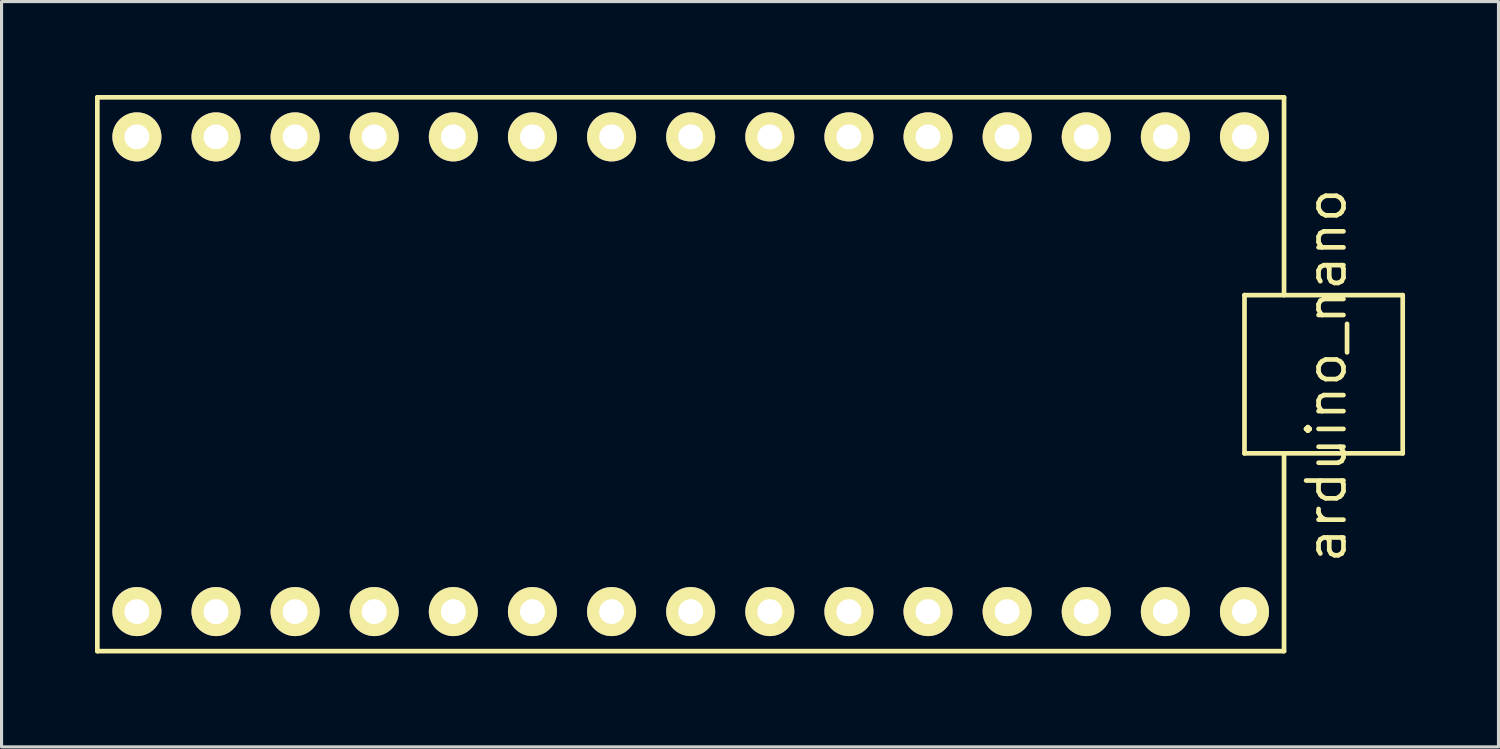
<source format=kicad_pcb>
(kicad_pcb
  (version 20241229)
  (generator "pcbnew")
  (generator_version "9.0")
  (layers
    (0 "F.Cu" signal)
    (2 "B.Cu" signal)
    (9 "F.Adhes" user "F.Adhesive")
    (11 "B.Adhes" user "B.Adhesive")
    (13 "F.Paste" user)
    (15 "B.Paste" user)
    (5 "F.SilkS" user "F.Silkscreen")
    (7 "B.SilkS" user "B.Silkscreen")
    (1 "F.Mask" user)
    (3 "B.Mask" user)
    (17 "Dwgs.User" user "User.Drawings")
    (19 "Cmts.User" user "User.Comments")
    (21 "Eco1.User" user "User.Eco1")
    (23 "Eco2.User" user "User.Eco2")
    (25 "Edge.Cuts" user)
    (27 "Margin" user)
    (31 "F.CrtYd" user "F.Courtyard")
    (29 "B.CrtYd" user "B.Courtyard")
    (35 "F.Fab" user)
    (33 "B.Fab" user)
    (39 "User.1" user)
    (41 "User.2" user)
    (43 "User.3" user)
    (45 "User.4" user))
  (footprint "arduino_nano"
    (layer "F.Cu")
    (at 19.125 8.965)
    (property "Reference" "arduino_nano" (at 20.411 0.041 90) (layer "F.SilkS") (effects (font (size 1.2 1.2) (thickness 0.15))))
    (attr through_hole)
    (fp_line (start -19.05 -8.89) (end -19.05 8.89) (stroke (width 0.15) (type solid)) (layer "F.SilkS"))
    (fp_line (start -19.05 8.89) (end 19.05 8.89) (stroke (width 0.15) (type solid)) (layer "F.SilkS"))
    (fp_line (start 17.78 -2.54) (end 22.86 -2.54) (stroke (width 0.15) (type solid)) (layer "F.SilkS"))
    (fp_line (start 17.78 2.54) (end 17.78 -2.54) (stroke (width 0.15) (type solid)) (layer "F.SilkS"))
    (fp_line (start 19.05 -8.89) (end -19.05 -8.89) (stroke (width 0.15) (type solid)) (layer "F.SilkS"))
    (fp_line (start 19.05 -8.89) (end 19.05 -2.54) (stroke (width 0.15) (type solid)) (layer "F.SilkS"))
    (fp_line (start 19.05 2.54) (end 19.05 8.89) (stroke (width 0.15) (type solid)) (layer "F.SilkS"))
    (fp_line (start 22.86 -2.54) (end 22.86 2.54) (stroke (width 0.15) (type solid)) (layer "F.SilkS"))
    (fp_line (start 22.86 2.54) (end 17.78 2.54) (stroke (width 0.15) (type solid)) (layer "F.SilkS"))
    (pad "1" thru_hole circle (at -17.78 7.62) (size 1.575 1.575) (drill 0.8) (layers "*.Cu" "*.Mask" "F.SilkS"))
    (pad "2" thru_hole circle (at -15.24 7.62) (size 1.575 1.575) (drill 0.8) (layers "*.Cu" "*.Mask" "F.SilkS"))
    (pad "3" thru_hole circle (at -12.7 7.62) (size 1.575 1.575) (drill 0.8) (layers "*.Cu" "*.Mask" "F.SilkS"))
    (pad "4" thru_hole circle (at -10.16 7.62) (size 1.575 1.575) (drill 0.8) (layers "*.Cu" "*.Mask" "F.SilkS"))
    (pad "5" thru_hole circle (at -7.62 7.62) (size 1.575 1.575) (drill 0.8) (layers "*.Cu" "*.Mask" "F.SilkS"))
    (pad "6" thru_hole circle (at -5.08 7.62) (size 1.575 1.575) (drill 0.8) (layers "*.Cu" "*.Mask" "F.SilkS"))
    (pad "7" thru_hole circle (at -2.54 7.62) (size 1.575 1.575) (drill 0.8) (layers "*.Cu" "*.Mask" "F.SilkS"))
    (pad "8" thru_hole circle (at 0 7.62) (size 1.575 1.575) (drill 0.8) (layers "*.Cu" "*.Mask" "F.SilkS"))
    (pad "9" thru_hole circle (at 2.54 7.62) (size 1.575 1.575) (drill 0.8) (layers "*.Cu" "*.Mask" "F.SilkS"))
    (pad "10" thru_hole circle (at 5.08 7.62) (size 1.575 1.575) (drill 0.8) (layers "*.Cu" "*.Mask" "F.SilkS"))
    (pad "11" thru_hole circle (at 7.62 7.62) (size 1.575 1.575) (drill 0.8) (layers "*.Cu" "*.Mask" "F.SilkS"))
    (pad "12" thru_hole circle (at 10.16 7.62) (size 1.575 1.575) (drill 0.8) (layers "*.Cu" "*.Mask" "F.SilkS"))
    (pad "13" thru_hole circle (at 12.7 7.62) (size 1.575 1.575) (drill 0.8) (layers "*.Cu" "*.Mask" "F.SilkS"))
    (pad "14" thru_hole circle (at 15.24 7.62) (size 1.575 1.575) (drill 0.8) (layers "*.Cu" "*.Mask" "F.SilkS"))
    (pad "15" thru_hole circle (at 17.78 7.62) (size 1.575 1.575) (drill 0.8) (layers "*.Cu" "*.Mask" "F.SilkS"))
    (pad "16" thru_hole circle (at 17.78 -7.62) (size 1.575 1.575) (drill 0.8) (layers "*.Cu" "*.Mask" "F.SilkS"))
    (pad "17" thru_hole circle (at 15.24 -7.62) (size 1.575 1.575) (drill 0.8) (layers "*.Cu" "*.Mask" "F.SilkS"))
    (pad "18" thru_hole circle (at 12.7 -7.62) (size 1.575 1.575) (drill 0.8) (layers "*.Cu" "*.Mask" "F.SilkS"))
    (pad "19" thru_hole circle (at 10.16 -7.62) (size 1.575 1.575) (drill 0.8) (layers "*.Cu" "*.Mask" "F.SilkS"))
    (pad "20" thru_hole circle (at 7.62 -7.62) (size 1.575 1.575) (drill 0.8) (layers "*.Cu" "*.Mask" "F.SilkS"))
    (pad "21" thru_hole circle (at 5.08 -7.62) (size 1.575 1.575) (drill 0.8) (layers "*.Cu" "*.Mask" "F.SilkS"))
    (pad "22" thru_hole circle (at 2.54 -7.62) (size 1.575 1.575) (drill 0.8) (layers "*.Cu" "*.Mask" "F.SilkS"))
    (pad "23" thru_hole circle (at 0 -7.62) (size 1.575 1.575) (drill 0.8) (layers "*.Cu" "*.Mask" "F.SilkS"))
    (pad "24" thru_hole circle (at -2.54 -7.62) (size 1.575 1.575) (drill 0.8) (layers "*.Cu" "*.Mask" "F.SilkS"))
    (pad "25" thru_hole circle (at -5.08 -7.62) (size 1.575 1.575) (drill 0.8) (layers "*.Cu" "*.Mask" "F.SilkS"))
    (pad "26" thru_hole circle (at -7.62 -7.62) (size 1.575 1.575) (drill 0.8) (layers "*.Cu" "*.Mask" "F.SilkS"))
    (pad "27" thru_hole circle (at -10.16 -7.62) (size 1.575 1.575) (drill 0.8) (layers "*.Cu" "*.Mask" "F.SilkS"))
    (pad "28" thru_hole circle (at -12.7 -7.62) (size 1.575 1.575) (drill 0.8) (layers "*.Cu" "*.Mask" "F.SilkS"))
    (pad "29" thru_hole circle (at -15.24 -7.62) (size 1.575 1.575) (drill 0.8) (layers "*.Cu" "*.Mask" "F.SilkS"))
    (pad "30" thru_hole circle (at -17.78 -7.62) (size 1.575 1.575) (drill 0.8) (layers "*.Cu" "*.Mask" "F.SilkS")))
  (gr_rect
    (start -3 -3)
    (end 45.06 20.93)
    (stroke (width 0.1) (type default))
    (fill no)
    (layer "Edge.Cuts")))
</source>
